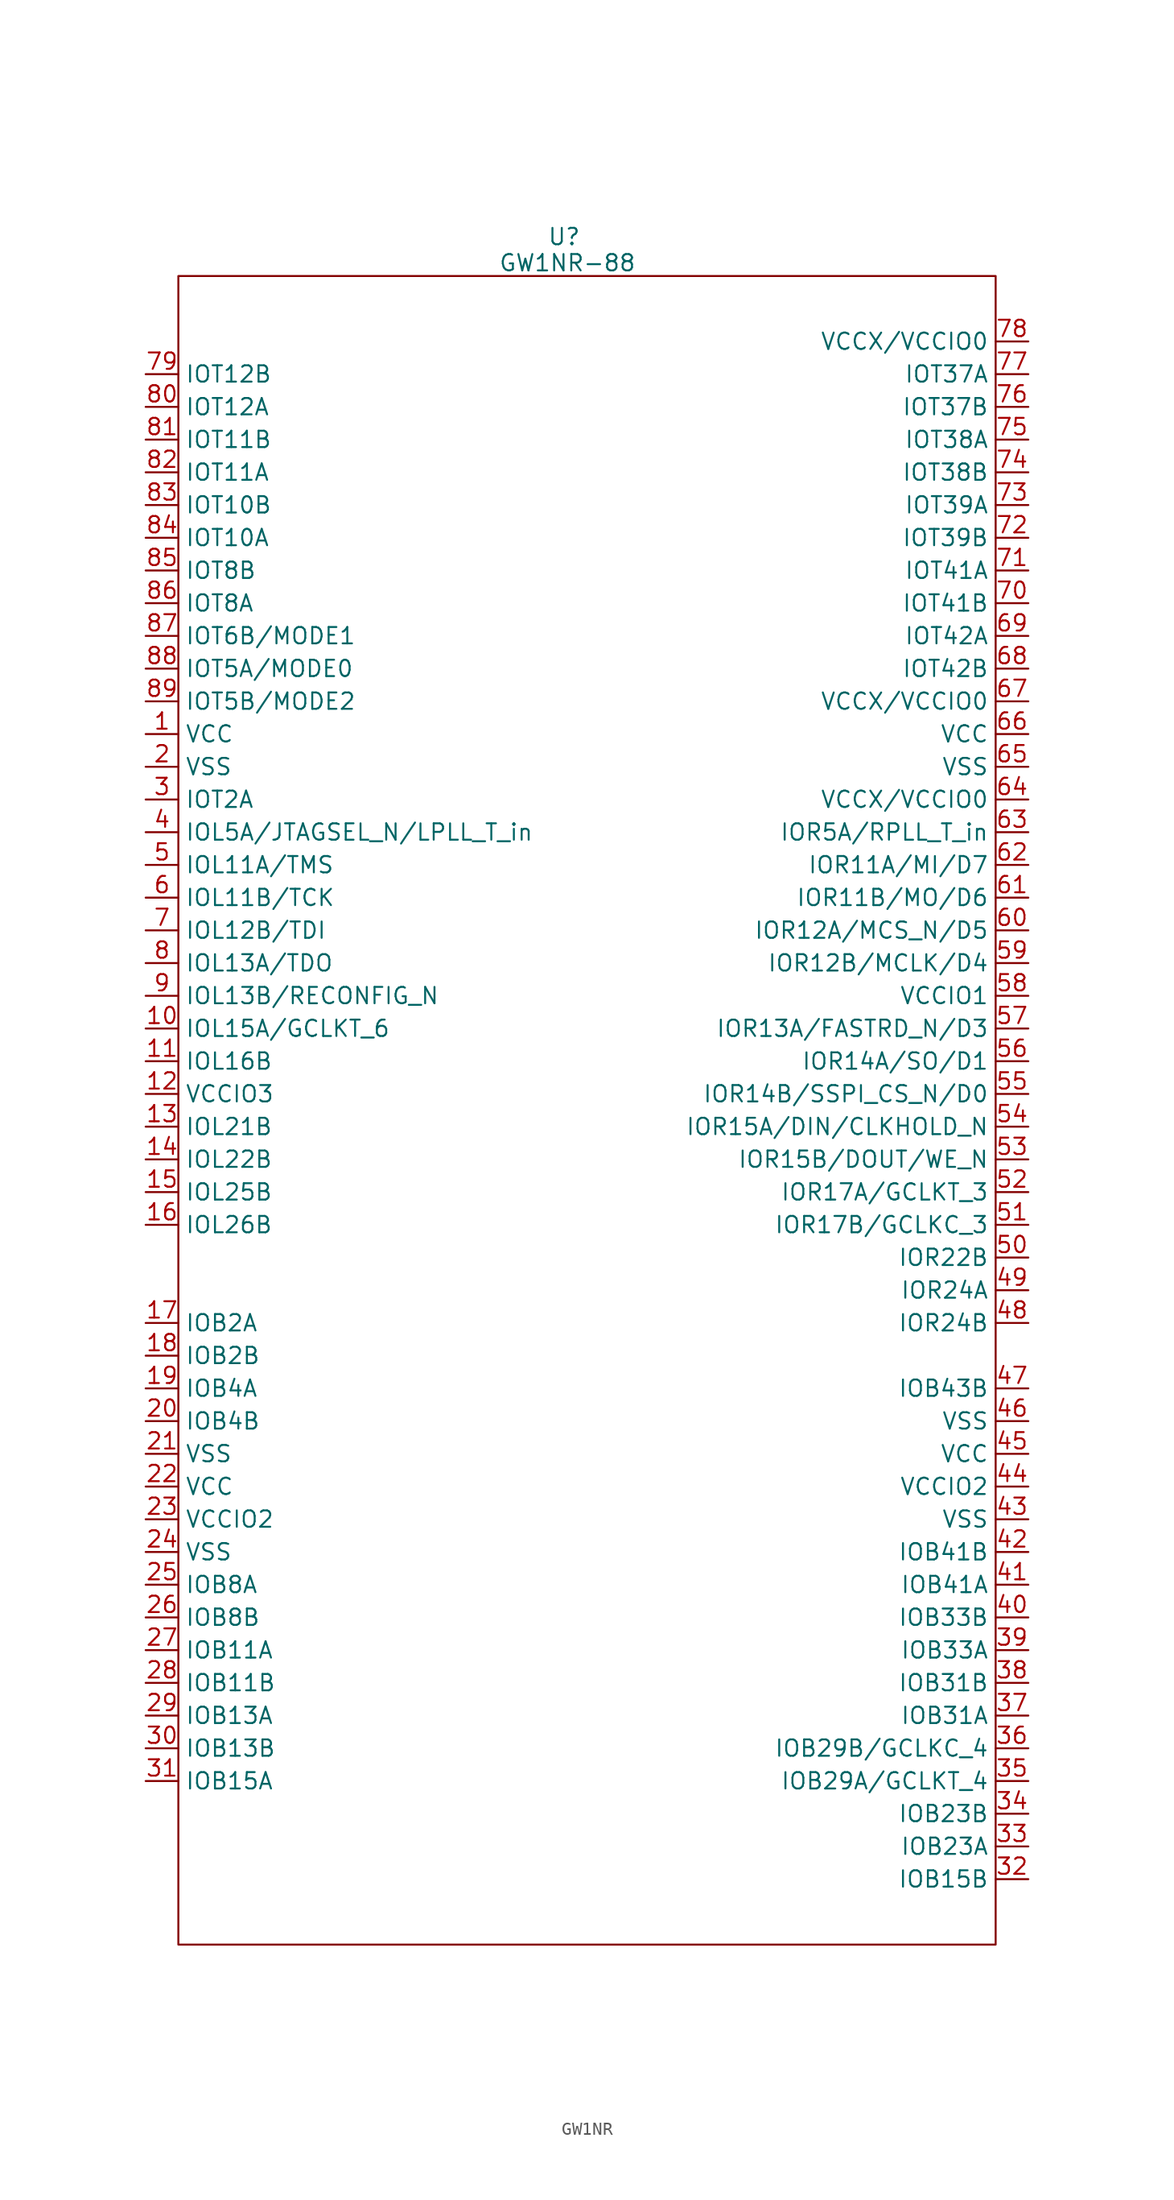
<source format=kicad_sym>
(kicad_symbol_lib
  (version 20241209)
  (generator "kicad_symbol_editor")
  (generator_version "9.0")
  (symbol "GW1NR"
    (property "Reference" "U"
      (at 29.972 10.668 0)
      (effects (font (size 1.27 1.27))))
    (property "Value" "GW1NR-88"
      (at 30.226 8.636 0)
      (effects (font (size 1.27 1.27))))
    (symbol "GW1NR_0_0"
      (pin unspecified line (at -2.54 0 0) (length 2.54) (name "IOT12B" (effects (font (size 1.27 1.27)))) (number "79" (effects (font (size 1.27 1.27)))))
      (pin unspecified line (at -2.54 -2.54 0) (length 2.54) (name "IOT12A" (effects (font (size 1.27 1.27)))) (number "80" (effects (font (size 1.27 1.27)))))
      (pin unspecified line (at -2.54 -5.08 0) (length 2.54) (name "IOT11B" (effects (font (size 1.27 1.27)))) (number "81" (effects (font (size 1.27 1.27)))))
      (pin unspecified line (at -2.54 -7.62 0) (length 2.54) (name "IOT11A" (effects (font (size 1.27 1.27)))) (number "82" (effects (font (size 1.27 1.27)))))
      (pin unspecified line (at -2.54 -10.16 0) (length 2.54) (name "IOT10B" (effects (font (size 1.27 1.27)))) (number "83" (effects (font (size 1.27 1.27)))))
      (pin unspecified line (at -2.54 -12.7 0) (length 2.54) (name "IOT10A" (effects (font (size 1.27 1.27)))) (number "84" (effects (font (size 1.27 1.27)))))
      (pin unspecified line (at -2.54 -15.24 0) (length 2.54) (name "IOT8B" (effects (font (size 1.27 1.27)))) (number "85" (effects (font (size 1.27 1.27)))))
      (pin unspecified line (at -2.54 -17.78 0) (length 2.54) (name "IOT8A" (effects (font (size 1.27 1.27)))) (number "86" (effects (font (size 1.27 1.27)))))
      (pin unspecified line (at -2.54 -20.32 0) (length 2.54) (name "IOT6B/MODE1" (effects (font (size 1.27 1.27)))) (number "87" (effects (font (size 1.27 1.27)))))
      (pin unspecified line (at -2.54 -22.86 0) (length 2.54) (name "IOT5A/MODE0" (effects (font (size 1.27 1.27)))) (number "88" (effects (font (size 1.27 1.27)))))
      (pin unspecified line (at -2.54 -25.4 0) (length 2.54) (name "IOT5B/MODE2" (effects (font (size 1.27 1.27)))) (number "89" (effects (font (size 1.27 1.27)))))
      (pin unspecified line (at -2.54 -27.94 0) (length 2.54) (name "VCC" (effects (font (size 1.27 1.27)))) (number "1" (effects (font (size 1.27 1.27)))))
      (pin unspecified line (at -2.54 -30.48 0) (length 2.54) (name "VSS" (effects (font (size 1.27 1.27)))) (number "2" (effects (font (size 1.27 1.27)))))
      (pin unspecified line (at -2.54 -33.02 0) (length 2.54) (name "IOT2A" (effects (font (size 1.27 1.27)))) (number "3" (effects (font (size 1.27 1.27)))))
      (pin unspecified line (at -2.54 -35.56 0) (length 2.54) (name "IOL5A/JTAGSEL_N/LPLL_T_in" (effects (font (size 1.27 1.27)))) (number "4" (effects (font (size 1.27 1.27)))))
      (pin unspecified line (at -2.54 -38.1 0) (length 2.54) (name "IOL11A/TMS" (effects (font (size 1.27 1.27)))) (number "5" (effects (font (size 1.27 1.27)))))
      (pin unspecified line (at -2.54 -40.64 0) (length 2.54) (name "IOL11B/TCK" (effects (font (size 1.27 1.27)))) (number "6" (effects (font (size 1.27 1.27)))))
      (pin unspecified line (at -2.54 -43.18 0) (length 2.54) (name "IOL12B/TDI" (effects (font (size 1.27 1.27)))) (number "7" (effects (font (size 1.27 1.27)))))
      (pin unspecified line (at -2.54 -45.72 0) (length 2.54) (name "IOL13A/TDO" (effects (font (size 1.27 1.27)))) (number "8" (effects (font (size 1.27 1.27)))))
      (pin unspecified line (at -2.54 -48.26 0) (length 2.54) (name "IOL13B/RECONFIG_N" (effects (font (size 1.27 1.27)))) (number "9" (effects (font (size 1.27 1.27)))))
      (pin unspecified line (at -2.54 -50.8 0) (length 2.54) (name "IOL15A/GCLKT_6" (effects (font (size 1.27 1.27)))) (number "10" (effects (font (size 1.27 1.27)))))
      (pin unspecified line (at -2.54 -53.34 0) (length 2.54) (name "IOL16B" (effects (font (size 1.27 1.27)))) (number "11" (effects (font (size 1.27 1.27)))))
      (pin unspecified line (at -2.54 -55.88 0) (length 2.54) (name "VCCIO3" (effects (font (size 1.27 1.27)))) (number "12" (effects (font (size 1.27 1.27)))))
      (pin unspecified line (at -2.54 -58.42 0) (length 2.54) (name "IOL21B" (effects (font (size 1.27 1.27)))) (number "13" (effects (font (size 1.27 1.27)))))
      (pin unspecified line (at -2.54 -60.96 0) (length 2.54) (name "IOL22B" (effects (font (size 1.27 1.27)))) (number "14" (effects (font (size 1.27 1.27)))))
      (pin unspecified line (at -2.54 -63.5 0) (length 2.54) (name "IOL25B" (effects (font (size 1.27 1.27)))) (number "15" (effects (font (size 1.27 1.27)))))
      (pin unspecified line (at -2.54 -66.04 0) (length 2.54) (name "IOL26B" (effects (font (size 1.27 1.27)))) (number "16" (effects (font (size 1.27 1.27)))))
      (pin unspecified line (at -2.54 -73.66 0) (length 2.54) (name "IOB2A" (effects (font (size 1.27 1.27)))) (number "17" (effects (font (size 1.27 1.27)))))
      (pin unspecified line (at -2.54 -76.2 0) (length 2.54) (name "IOB2B" (effects (font (size 1.27 1.27)))) (number "18" (effects (font (size 1.27 1.27)))))
      (pin unspecified line (at -2.54 -78.74 0) (length 2.54) (name "IOB4A" (effects (font (size 1.27 1.27)))) (number "19" (effects (font (size 1.27 1.27)))))
      (pin unspecified line (at -2.54 -81.28 0) (length 2.54) (name "IOB4B" (effects (font (size 1.27 1.27)))) (number "20" (effects (font (size 1.27 1.27)))))
      (pin unspecified line (at -2.54 -83.82 0) (length 2.54) (name "VSS" (effects (font (size 1.27 1.27)))) (number "21" (effects (font (size 1.27 1.27)))))
      (pin unspecified line (at -2.54 -86.36 0) (length 2.54) (name "VCC" (effects (font (size 1.27 1.27)))) (number "22" (effects (font (size 1.27 1.27)))))
      (pin unspecified line (at -2.54 -88.9 0) (length 2.54) (name "VCCIO2" (effects (font (size 1.27 1.27)))) (number "23" (effects (font (size 1.27 1.27)))))
      (pin unspecified line (at -2.54 -91.44 0) (length 2.54) (name "VSS" (effects (font (size 1.27 1.27)))) (number "24" (effects (font (size 1.27 1.27)))))
      (pin unspecified line (at -2.54 -93.98 0) (length 2.54) (name "IOB8A" (effects (font (size 1.27 1.27)))) (number "25" (effects (font (size 1.27 1.27)))))
      (pin unspecified line (at -2.54 -96.52 0) (length 2.54) (name "IOB8B" (effects (font (size 1.27 1.27)))) (number "26" (effects (font (size 1.27 1.27)))))
      (pin unspecified line (at -2.54 -99.06 0) (length 2.54) (name "IOB11A" (effects (font (size 1.27 1.27)))) (number "27" (effects (font (size 1.27 1.27)))))
      (pin unspecified line (at -2.54 -101.6 0) (length 2.54) (name "IOB11B" (effects (font (size 1.27 1.27)))) (number "28" (effects (font (size 1.27 1.27)))))
      (pin unspecified line (at -2.54 -104.14 0) (length 2.54) (name "IOB13A" (effects (font (size 1.27 1.27)))) (number "29" (effects (font (size 1.27 1.27)))))
      (pin unspecified line (at -2.54 -106.68 0) (length 2.54) (name "IOB13B" (effects (font (size 1.27 1.27)))) (number "30" (effects (font (size 1.27 1.27)))))
      (pin unspecified line (at -2.54 -109.22 0) (length 2.54) (name "IOB15A" (effects (font (size 1.27 1.27)))) (number "31" (effects (font (size 1.27 1.27)))))
      (pin unspecified line (at 66.04 2.54 180) (length 2.54) (name "VCCX/VCCIO0" (effects (font (size 1.27 1.27)))) (number "78" (effects (font (size 1.27 1.27)))))
      (pin unspecified line (at 66.04 0 180) (length 2.54) (name "IOT37A" (effects (font (size 1.27 1.27)))) (number "77" (effects (font (size 1.27 1.27)))))
      (pin unspecified line (at 66.04 -2.54 180) (length 2.54) (name "IOT37B" (effects (font (size 1.27 1.27)))) (number "76" (effects (font (size 1.27 1.27)))))
      (pin unspecified line (at 66.04 -5.08 180) (length 2.54) (name "IOT38A" (effects (font (size 1.27 1.27)))) (number "75" (effects (font (size 1.27 1.27)))))
      (pin unspecified line (at 66.04 -7.62 180) (length 2.54) (name "IOT38B" (effects (font (size 1.27 1.27)))) (number "74" (effects (font (size 1.27 1.27)))))
      (pin unspecified line (at 66.04 -10.16 180) (length 2.54) (name "IOT39A" (effects (font (size 1.27 1.27)))) (number "73" (effects (font (size 1.27 1.27)))))
      (pin unspecified line (at 66.04 -12.7 180) (length 2.54) (name "IOT39B" (effects (font (size 1.27 1.27)))) (number "72" (effects (font (size 1.27 1.27)))))
      (pin unspecified line (at 66.04 -15.24 180) (length 2.54) (name "IOT41A" (effects (font (size 1.27 1.27)))) (number "71" (effects (font (size 1.27 1.27)))))
      (pin unspecified line (at 66.04 -17.78 180) (length 2.54) (name "IOT41B" (effects (font (size 1.27 1.27)))) (number "70" (effects (font (size 1.27 1.27)))))
      (pin unspecified line (at 66.04 -20.32 180) (length 2.54) (name "IOT42A" (effects (font (size 1.27 1.27)))) (number "69" (effects (font (size 1.27 1.27)))))
      (pin unspecified line (at 66.04 -22.86 180) (length 2.54) (name "IOT42B" (effects (font (size 1.27 1.27)))) (number "68" (effects (font (size 1.27 1.27)))))
      (pin unspecified line (at 66.04 -25.4 180) (length 2.54) (name "VCCX/VCCIO0" (effects (font (size 1.27 1.27)))) (number "67" (effects (font (size 1.27 1.27)))))
      (pin unspecified line (at 66.04 -27.94 180) (length 2.54) (name "VCC" (effects (font (size 1.27 1.27)))) (number "66" (effects (font (size 1.27 1.27)))))
      (pin unspecified line (at 66.04 -30.48 180) (length 2.54) (name "VSS" (effects (font (size 1.27 1.27)))) (number "65" (effects (font (size 1.27 1.27)))))
      (pin unspecified line (at 66.04 -33.02 180) (length 2.54) (name "VCCX/VCCIO0" (effects (font (size 1.27 1.27)))) (number "64" (effects (font (size 1.27 1.27)))))
      (pin unspecified line (at 66.04 -35.56 180) (length 2.54) (name "IOR5A/RPLL_T_in" (effects (font (size 1.27 1.27)))) (number "63" (effects (font (size 1.27 1.27)))))
      (pin unspecified line (at 66.04 -38.1 180) (length 2.54) (name "IOR11A/MI/D7" (effects (font (size 1.27 1.27)))) (number "62" (effects (font (size 1.27 1.27)))))
      (pin unspecified line (at 66.04 -40.64 180) (length 2.54) (name "IOR11B/MO/D6" (effects (font (size 1.27 1.27)))) (number "61" (effects (font (size 1.27 1.27)))))
      (pin unspecified line (at 66.04 -43.18 180) (length 2.54) (name "IOR12A/MCS_N/D5" (effects (font (size 1.27 1.27)))) (number "60" (effects (font (size 1.27 1.27)))))
      (pin unspecified line (at 66.04 -45.72 180) (length 2.54) (name "IOR12B/MCLK/D4" (effects (font (size 1.27 1.27)))) (number "59" (effects (font (size 1.27 1.27)))))
      (pin unspecified line (at 66.04 -48.26 180) (length 2.54) (name "VCCIO1" (effects (font (size 1.27 1.27)))) (number "58" (effects (font (size 1.27 1.27)))))
      (pin unspecified line (at 66.04 -50.8 180) (length 2.54) (name "IOR13A/FASTRD_N/D3" (effects (font (size 1.27 1.27)))) (number "57" (effects (font (size 1.27 1.27)))))
      (pin unspecified line (at 66.04 -53.34 180) (length 2.54) (name "IOR14A/SO/D1" (effects (font (size 1.27 1.27)))) (number "56" (effects (font (size 1.27 1.27)))))
      (pin unspecified line (at 66.04 -55.88 180) (length 2.54) (name "IOR14B/SSPI_CS_N/D0" (effects (font (size 1.27 1.27)))) (number "55" (effects (font (size 1.27 1.27)))))
      (pin unspecified line (at 66.04 -58.42 180) (length 2.54) (name "IOR15A/DIN/CLKHOLD_N" (effects (font (size 1.27 1.27)))) (number "54" (effects (font (size 1.27 1.27)))))
      (pin unspecified line (at 66.04 -60.96 180) (length 2.54) (name "IOR15B/DOUT/WE_N" (effects (font (size 1.27 1.27)))) (number "53" (effects (font (size 1.27 1.27)))))
      (pin unspecified line (at 66.04 -63.5 180) (length 2.54) (name "IOR17A/GCLKT_3" (effects (font (size 1.27 1.27)))) (number "52" (effects (font (size 1.27 1.27)))))
      (pin unspecified line (at 66.04 -66.04 180) (length 2.54) (name "IOR17B/GCLKC_3" (effects (font (size 1.27 1.27)))) (number "51" (effects (font (size 1.27 1.27)))))
      (pin unspecified line (at 66.04 -68.58 180) (length 2.54) (name "IOR22B" (effects (font (size 1.27 1.27)))) (number "50" (effects (font (size 1.27 1.27)))))
      (pin unspecified line (at 66.04 -71.12 180) (length 2.54) (name "IOR24A" (effects (font (size 1.27 1.27)))) (number "49" (effects (font (size 1.27 1.27)))))
      (pin unspecified line (at 66.04 -73.66 180) (length 2.54) (name "IOR24B" (effects (font (size 1.27 1.27)))) (number "48" (effects (font (size 1.27 1.27)))))
      (pin unspecified line (at 66.04 -78.74 180) (length 2.54) (name "IOB43B" (effects (font (size 1.27 1.27)))) (number "47" (effects (font (size 1.27 1.27)))))
      (pin unspecified line (at 66.04 -81.28 180) (length 2.54) (name "VSS" (effects (font (size 1.27 1.27)))) (number "46" (effects (font (size 1.27 1.27)))))
      (pin unspecified line (at 66.04 -83.82 180) (length 2.54) (name "VCC" (effects (font (size 1.27 1.27)))) (number "45" (effects (font (size 1.27 1.27)))))
      (pin unspecified line (at 66.04 -86.36 180) (length 2.54) (name "VCCIO2" (effects (font (size 1.27 1.27)))) (number "44" (effects (font (size 1.27 1.27)))))
      (pin unspecified line (at 66.04 -88.9 180) (length 2.54) (name "VSS" (effects (font (size 1.27 1.27)))) (number "43" (effects (font (size 1.27 1.27)))))
      (pin unspecified line (at 66.04 -91.44 180) (length 2.54) (name "IOB41B" (effects (font (size 1.27 1.27)))) (number "42" (effects (font (size 1.27 1.27)))))
      (pin unspecified line (at 66.04 -93.98 180) (length 2.54) (name "IOB41A" (effects (font (size 1.27 1.27)))) (number "41" (effects (font (size 1.27 1.27)))))
      (pin unspecified line (at 66.04 -96.52 180) (length 2.54) (name "IOB33B" (effects (font (size 1.27 1.27)))) (number "40" (effects (font (size 1.27 1.27)))))
      (pin unspecified line (at 66.04 -99.06 180) (length 2.54) (name "IOB33A" (effects (font (size 1.27 1.27)))) (number "39" (effects (font (size 1.27 1.27)))))
      (pin unspecified line (at 66.04 -101.6 180) (length 2.54) (name "IOB31B" (effects (font (size 1.27 1.27)))) (number "38" (effects (font (size 1.27 1.27)))))
      (pin unspecified line (at 66.04 -104.14 180) (length 2.54) (name "IOB31A" (effects (font (size 1.27 1.27)))) (number "37" (effects (font (size 1.27 1.27)))))
      (pin unspecified line (at 66.04 -106.68 180) (length 2.54) (name "IOB29B/GCLKC_4" (effects (font (size 1.27 1.27)))) (number "36" (effects (font (size 1.27 1.27)))))
      (pin unspecified line (at 66.04 -109.22 180) (length 2.54) (name "IOB29A/GCLKT_4" (effects (font (size 1.27 1.27)))) (number "35" (effects (font (size 1.27 1.27)))))
      (pin unspecified line (at 66.04 -111.76 180) (length 2.54) (name "IOB23B" (effects (font (size 1.27 1.27)))) (number "34" (effects (font (size 1.27 1.27)))))
      (pin unspecified line (at 66.04 -114.3 180) (length 2.54) (name "IOB23A" (effects (font (size 1.27 1.27)))) (number "33" (effects (font (size 1.27 1.27)))))
      (pin unspecified line (at 66.04 -116.84 180) (length 2.54) (name "IOB15B" (effects (font (size 1.27 1.27)))) (number "32" (effects (font (size 1.27 1.27))))))
    (symbol "GW1NR_0_1"
      (rectangle (start 63.5 7.62) (end 0 -121.92) (stroke (width 0) (type default)) (fill (type none))))))
</source>
